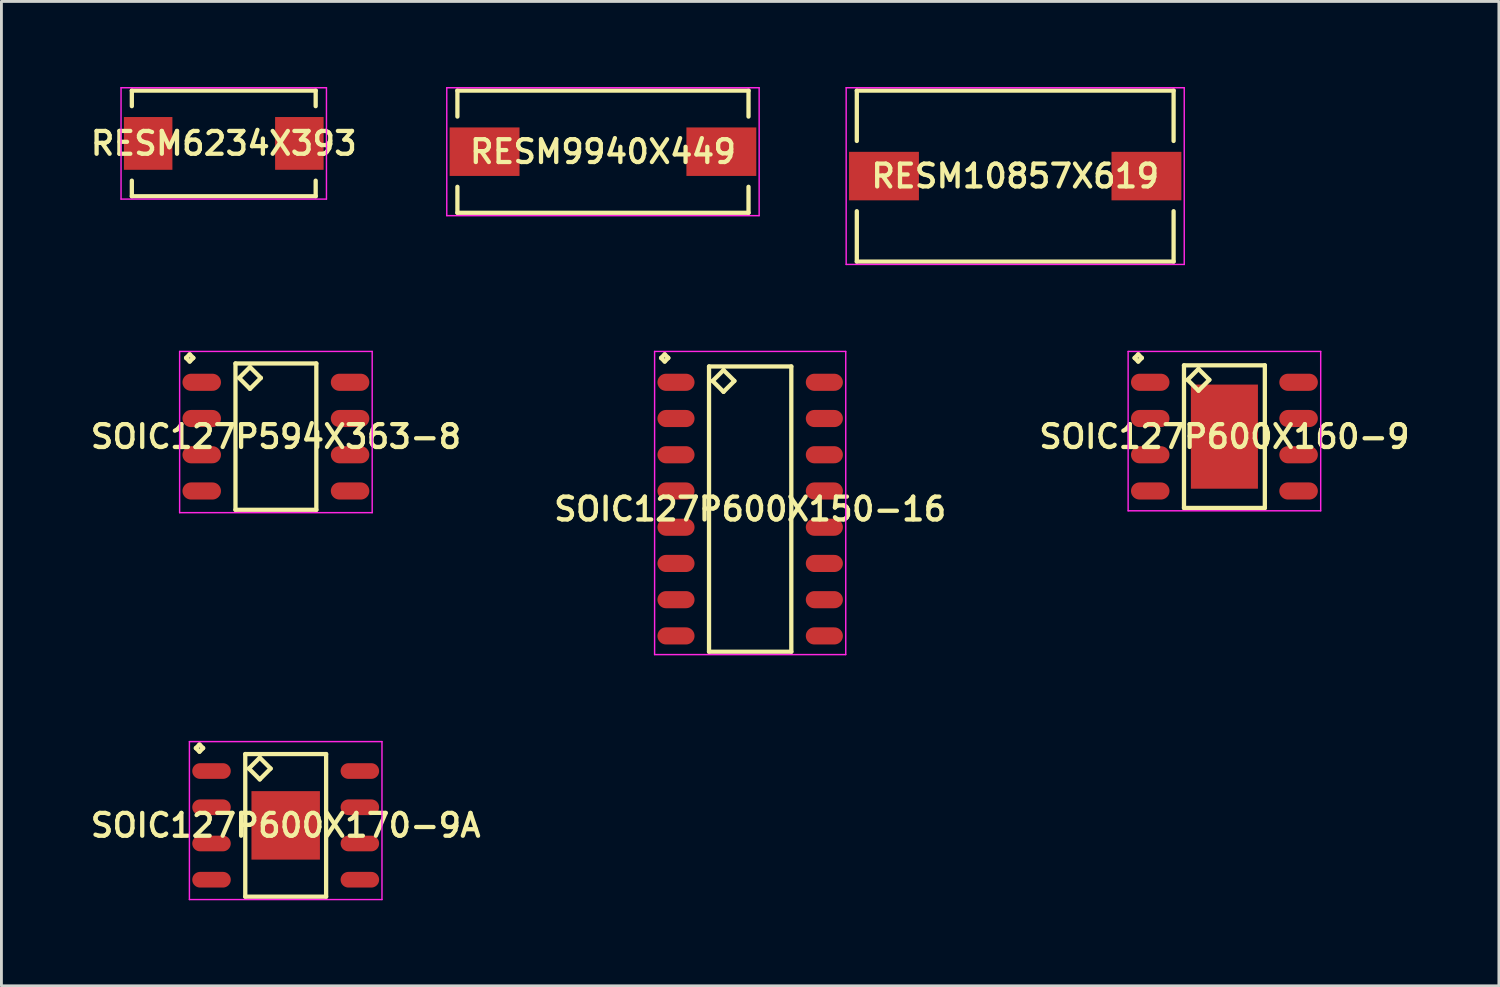
<source format=kicad_pcb>
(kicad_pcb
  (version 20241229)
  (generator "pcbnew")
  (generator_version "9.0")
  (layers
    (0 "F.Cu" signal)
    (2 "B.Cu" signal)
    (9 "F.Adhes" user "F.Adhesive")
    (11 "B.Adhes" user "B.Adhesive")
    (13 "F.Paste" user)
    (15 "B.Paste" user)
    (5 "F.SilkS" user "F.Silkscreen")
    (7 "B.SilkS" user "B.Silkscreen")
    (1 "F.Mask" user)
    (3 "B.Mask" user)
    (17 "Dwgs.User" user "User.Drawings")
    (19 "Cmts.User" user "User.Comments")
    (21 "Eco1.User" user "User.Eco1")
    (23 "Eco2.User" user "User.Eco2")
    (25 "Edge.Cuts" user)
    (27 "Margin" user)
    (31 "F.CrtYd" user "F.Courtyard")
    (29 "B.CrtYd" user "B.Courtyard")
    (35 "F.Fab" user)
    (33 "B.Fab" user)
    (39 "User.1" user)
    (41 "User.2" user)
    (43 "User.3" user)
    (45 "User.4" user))
  (footprint "SOIC127P600X150-16"
    (layer "F.Cu")
    (at 23.245 14.795)
    (property "Reference" "SOIC127P600X150-16" (at 0 0 0) (layer "F.SilkS") (effects (font (size 0.8 0.8) (thickness 0.15))))
    (attr smd)
    (fp_line (start -3.123 -5.299) (end -2.996 -5.426) (stroke (width 0.15) (type solid)) (layer "F.SilkS"))
    (fp_line (start -2.996 -5.426) (end -2.869 -5.299) (stroke (width 0.15) (type solid)) (layer "F.SilkS"))
    (fp_line (start -2.996 -5.172) (end -3.123 -5.299) (stroke (width 0.15) (type solid)) (layer "F.SilkS"))
    (fp_line (start -2.869 -5.299) (end -2.996 -5.172) (stroke (width 0.15) (type solid)) (layer "F.SilkS"))
    (fp_line (start -1.442 -5) (end -1.442 5) (stroke (width 0.15) (type solid)) (layer "F.SilkS"))
    (fp_line (start -1.442 5) (end 1.442 5) (stroke (width 0.15) (type solid)) (layer "F.SilkS"))
    (fp_line (start -1.315 -4.492) (end -0.934 -4.873) (stroke (width 0.15) (type solid)) (layer "F.SilkS"))
    (fp_line (start -0.934 -4.873) (end -0.553 -4.492) (stroke (width 0.15) (type solid)) (layer "F.SilkS"))
    (fp_line (start -0.934 -4.111) (end -1.315 -4.492) (stroke (width 0.15) (type solid)) (layer "F.SilkS"))
    (fp_line (start -0.553 -4.492) (end -0.934 -4.111) (stroke (width 0.15) (type solid)) (layer "F.SilkS"))
    (fp_line (start 1.442 -5) (end -1.442 -5) (stroke (width 0.15) (type solid)) (layer "F.SilkS"))
    (fp_line (start 1.442 5) (end 1.442 -5) (stroke (width 0.15) (type solid)) (layer "F.SilkS"))
    (fp_line (start -3.35 -5.526) (end 3.35 -5.526) (stroke (width 0.05) (type solid)) (layer "F.CrtYd"))
    (fp_line (start -3.35 5.1) (end -3.35 -5.526) (stroke (width 0.05) (type solid)) (layer "F.CrtYd"))
    (fp_line (start 3.35 -5.526) (end 3.35 5.1) (stroke (width 0.05) (type solid)) (layer "F.CrtYd"))
    (fp_line (start 3.35 5.1) (end -3.35 5.1) (stroke (width 0.05) (type solid)) (layer "F.CrtYd"))
    (pad "1" smd oval (at -2.6 -4.445) (size 1.3 0.6) (layers "F.Cu" "F.Mask" "F.Paste"))
    (pad "2" smd oval (at -2.6 -3.175) (size 1.3 0.6) (layers "F.Cu" "F.Mask" "F.Paste"))
    (pad "3" smd oval (at -2.6 -1.905) (size 1.3 0.6) (layers "F.Cu" "F.Mask" "F.Paste"))
    (pad "4" smd oval (at -2.6 -0.635) (size 1.3 0.6) (layers "F.Cu" "F.Mask" "F.Paste"))
    (pad "5" smd oval (at -2.6 0.635) (size 1.3 0.6) (layers "F.Cu" "F.Mask" "F.Paste"))
    (pad "6" smd oval (at -2.6 1.905) (size 1.3 0.6) (layers "F.Cu" "F.Mask" "F.Paste"))
    (pad "7" smd oval (at -2.6 3.175) (size 1.3 0.6) (layers "F.Cu" "F.Mask" "F.Paste"))
    (pad "8" smd oval (at -2.6 4.445) (size 1.3 0.6) (layers "F.Cu" "F.Mask" "F.Paste"))
    (pad "9" smd oval (at 2.6 4.445) (size 1.3 0.6) (layers "F.Cu" "F.Mask" "F.Paste"))
    (pad "10" smd oval (at 2.6 3.175) (size 1.3 0.6) (layers "F.Cu" "F.Mask" "F.Paste"))
    (pad "11" smd oval (at 2.6 1.905) (size 1.3 0.6) (layers "F.Cu" "F.Mask" "F.Paste"))
    (pad "12" smd oval (at 2.6 0.635) (size 1.3 0.6) (layers "F.Cu" "F.Mask" "F.Paste"))
    (pad "13" smd oval (at 2.6 -0.635) (size 1.3 0.6) (layers "F.Cu" "F.Mask" "F.Paste"))
    (pad "14" smd oval (at 2.6 -1.905) (size 1.3 0.6) (layers "F.Cu" "F.Mask" "F.Paste"))
    (pad "15" smd oval (at 2.6 -3.175) (size 1.3 0.6) (layers "F.Cu" "F.Mask" "F.Paste"))
    (pad "16" smd oval (at 2.6 -4.445) (size 1.3 0.6) (layers "F.Cu" "F.Mask" "F.Paste")))
  (footprint "RESM6234X393"
    (layer "F.Cu")
    (at 4.793 1.977)
    (property "Reference" "RESM6234X393" (at 0 0 0) (layer "F.SilkS") (effects (font (size 0.8 0.8) (thickness 0.15))))
    (attr smd)
    (fp_line (start -3.222 -1.852) (end 3.222 -1.852) (stroke (width 0.15) (type solid)) (layer "F.SilkS"))
    (fp_line (start -3.222 -1.306) (end -3.222 -1.852) (stroke (width 0.15) (type solid)) (layer "F.SilkS"))
    (fp_line (start -3.222 1.306) (end -3.222 1.852) (stroke (width 0.15) (type solid)) (layer "F.SilkS"))
    (fp_line (start -3.222 1.852) (end 3.222 1.852) (stroke (width 0.15) (type solid)) (layer "F.SilkS"))
    (fp_line (start 3.222 -1.852) (end 3.222 -1.306) (stroke (width 0.15) (type solid)) (layer "F.SilkS"))
    (fp_line (start 3.222 1.852) (end 3.222 1.306) (stroke (width 0.15) (type solid)) (layer "F.SilkS"))
    (fp_line (start -3.6 -1.952) (end 3.6 -1.952) (stroke (width 0.05) (type solid)) (layer "F.CrtYd"))
    (fp_line (start -3.6 1.952) (end -3.6 -1.952) (stroke (width 0.05) (type solid)) (layer "F.CrtYd"))
    (fp_line (start 3.6 -1.952) (end 3.6 1.952) (stroke (width 0.05) (type solid)) (layer "F.CrtYd"))
    (fp_line (start 3.6 1.952) (end -3.6 1.952) (stroke (width 0.05) (type solid)) (layer "F.CrtYd"))
    (pad "1" smd rect (at -2.65 0) (size 1.7 1.85) (layers "F.Cu" "F.Mask" "F.Paste"))
    (pad "2" smd rect (at 2.65 0) (size 1.7 1.85) (layers "F.Cu" "F.Mask" "F.Paste")))
  (footprint "SOIC127P600X160-9"
    (layer "F.Cu")
    (at 39.868 12.255)
    (property "Reference" "SOIC127P600X160-9" (at 0 0 0) (layer "F.SilkS") (effects (font (size 0.8 0.8) (thickness 0.15))))
    (attr smd)
    (fp_line (start -3.148 -2.759) (end -3.021 -2.886) (stroke (width 0.15) (type solid)) (layer "F.SilkS"))
    (fp_line (start -3.021 -2.886) (end -2.894 -2.759) (stroke (width 0.15) (type solid)) (layer "F.SilkS"))
    (fp_line (start -3.021 -2.632) (end -3.148 -2.759) (stroke (width 0.15) (type solid)) (layer "F.SilkS"))
    (fp_line (start -2.894 -2.759) (end -3.021 -2.632) (stroke (width 0.15) (type solid)) (layer "F.SilkS"))
    (fp_line (start -1.417 -2.5) (end -1.417 2.5) (stroke (width 0.15) (type solid)) (layer "F.SilkS"))
    (fp_line (start -1.417 2.5) (end 1.417 2.5) (stroke (width 0.15) (type solid)) (layer "F.SilkS"))
    (fp_line (start -1.29 -1.992) (end -0.909 -2.373) (stroke (width 0.15) (type solid)) (layer "F.SilkS"))
    (fp_line (start -0.909 -2.373) (end -0.528 -1.992) (stroke (width 0.15) (type solid)) (layer "F.SilkS"))
    (fp_line (start -0.909 -1.611) (end -1.29 -1.992) (stroke (width 0.15) (type solid)) (layer "F.SilkS"))
    (fp_line (start -0.528 -1.992) (end -0.909 -1.611) (stroke (width 0.15) (type solid)) (layer "F.SilkS"))
    (fp_line (start 1.417 -2.5) (end -1.417 -2.5) (stroke (width 0.15) (type solid)) (layer "F.SilkS"))
    (fp_line (start 1.417 2.5) (end 1.417 -2.5) (stroke (width 0.15) (type solid)) (layer "F.SilkS"))
    (fp_line (start -3.375 -2.986) (end 3.375 -2.986) (stroke (width 0.05) (type solid)) (layer "F.CrtYd"))
    (fp_line (start -3.375 2.6) (end -3.375 -2.986) (stroke (width 0.05) (type solid)) (layer "F.CrtYd"))
    (fp_line (start 3.375 -2.986) (end 3.375 2.6) (stroke (width 0.05) (type solid)) (layer "F.CrtYd"))
    (fp_line (start 3.375 2.6) (end -3.375 2.6) (stroke (width 0.05) (type solid)) (layer "F.CrtYd"))
    (pad "1" smd oval (at -2.6 -1.905) (size 1.35 0.6) (layers "F.Cu" "F.Mask" "F.Paste"))
    (pad "2" smd oval (at -2.6 -0.635) (size 1.35 0.6) (layers "F.Cu" "F.Mask" "F.Paste"))
    (pad "3" smd oval (at -2.6 0.635) (size 1.35 0.6) (layers "F.Cu" "F.Mask" "F.Paste"))
    (pad "4" smd oval (at -2.6 1.905) (size 1.35 0.6) (layers "F.Cu" "F.Mask" "F.Paste"))
    (pad "5" smd oval (at 2.6 1.905) (size 1.35 0.6) (layers "F.Cu" "F.Mask" "F.Paste"))
    (pad "6" smd oval (at 2.6 0.635) (size 1.35 0.6) (layers "F.Cu" "F.Mask" "F.Paste"))
    (pad "7" smd oval (at 2.6 -0.635) (size 1.35 0.6) (layers "F.Cu" "F.Mask" "F.Paste"))
    (pad "8" smd oval (at 2.6 -1.905) (size 1.35 0.6) (layers "F.Cu" "F.Mask" "F.Paste"))
    (pad "9" smd rect (at 0 0) (size 2.35 3.65) (layers "F.Cu" "F.Mask" "F.Paste")))
  (footprint "SOIC127P600X170-9A"
    (layer "F.Cu")
    (at 6.964 25.881)
    (property "Reference" "SOIC127P600X170-9A" (at 0 0 0) (layer "F.SilkS") (effects (font (size 0.8 0.8) (thickness 0.15))))
    (attr smd)
    (fp_line (start -3.148 -2.709) (end -3.021 -2.836) (stroke (width 0.15) (type solid)) (layer "F.SilkS"))
    (fp_line (start -3.021 -2.836) (end -2.894 -2.709) (stroke (width 0.15) (type solid)) (layer "F.SilkS"))
    (fp_line (start -3.021 -2.582) (end -3.148 -2.709) (stroke (width 0.15) (type solid)) (layer "F.SilkS"))
    (fp_line (start -2.894 -2.709) (end -3.021 -2.582) (stroke (width 0.15) (type solid)) (layer "F.SilkS"))
    (fp_line (start -1.417 -2.5) (end -1.417 2.5) (stroke (width 0.15) (type solid)) (layer "F.SilkS"))
    (fp_line (start -1.417 2.5) (end 1.417 2.5) (stroke (width 0.15) (type solid)) (layer "F.SilkS"))
    (fp_line (start -1.29 -1.992) (end -0.909 -2.373) (stroke (width 0.15) (type solid)) (layer "F.SilkS"))
    (fp_line (start -0.909 -2.373) (end -0.528 -1.992) (stroke (width 0.15) (type solid)) (layer "F.SilkS"))
    (fp_line (start -0.909 -1.611) (end -1.29 -1.992) (stroke (width 0.15) (type solid)) (layer "F.SilkS"))
    (fp_line (start -0.528 -1.992) (end -0.909 -1.611) (stroke (width 0.15) (type solid)) (layer "F.SilkS"))
    (fp_line (start 1.417 -2.5) (end -1.417 -2.5) (stroke (width 0.15) (type solid)) (layer "F.SilkS"))
    (fp_line (start 1.417 2.5) (end 1.417 -2.5) (stroke (width 0.15) (type solid)) (layer "F.SilkS"))
    (fp_line (start -3.375 -2.936) (end 3.375 -2.936) (stroke (width 0.05) (type solid)) (layer "F.CrtYd"))
    (fp_line (start -3.375 2.6) (end -3.375 -2.936) (stroke (width 0.05) (type solid)) (layer "F.CrtYd"))
    (fp_line (start 3.375 -2.936) (end 3.375 2.6) (stroke (width 0.05) (type solid)) (layer "F.CrtYd"))
    (fp_line (start 3.375 2.6) (end -3.375 2.6) (stroke (width 0.05) (type solid)) (layer "F.CrtYd"))
    (pad "1" smd oval (at -2.6 -1.905) (size 1.35 0.55) (layers "F.Cu" "F.Mask" "F.Paste"))
    (pad "2" smd oval (at -2.6 -0.635) (size 1.35 0.55) (layers "F.Cu" "F.Mask" "F.Paste"))
    (pad "3" smd oval (at -2.6 0.635) (size 1.35 0.55) (layers "F.Cu" "F.Mask" "F.Paste"))
    (pad "4" smd oval (at -2.6 1.905) (size 1.35 0.55) (layers "F.Cu" "F.Mask" "F.Paste"))
    (pad "5" smd oval (at 2.6 1.905) (size 1.35 0.55) (layers "F.Cu" "F.Mask" "F.Paste"))
    (pad "6" smd oval (at 2.6 0.635) (size 1.35 0.55) (layers "F.Cu" "F.Mask" "F.Paste"))
    (pad "7" smd oval (at 2.6 -0.635) (size 1.35 0.55) (layers "F.Cu" "F.Mask" "F.Paste"))
    (pad "8" smd oval (at 2.6 -1.905) (size 1.35 0.55) (layers "F.Cu" "F.Mask" "F.Paste"))
    (pad "9" smd rect (at 0 0) (size 2.4 2.4) (layers "F.Cu" "F.Mask" "F.Paste")))
  (footprint "SOIC127P594X363-8"
    (layer "F.Cu")
    (at 6.621 12.255)
    (property "Reference" "SOIC127P594X363-8" (at 0 0 0) (layer "F.SilkS") (effects (font (size 0.8 0.8) (thickness 0.15))))
    (attr smd)
    (fp_line (start -3.148 -2.759) (end -3.021 -2.886) (stroke (width 0.15) (type solid)) (layer "F.SilkS"))
    (fp_line (start -3.021 -2.886) (end -2.894 -2.759) (stroke (width 0.15) (type solid)) (layer "F.SilkS"))
    (fp_line (start -3.021 -2.632) (end -3.148 -2.759) (stroke (width 0.15) (type solid)) (layer "F.SilkS"))
    (fp_line (start -2.894 -2.759) (end -3.021 -2.632) (stroke (width 0.15) (type solid)) (layer "F.SilkS"))
    (fp_line (start -1.417 -2.565) (end -1.417 2.565) (stroke (width 0.15) (type solid)) (layer "F.SilkS"))
    (fp_line (start -1.417 2.565) (end 1.417 2.565) (stroke (width 0.15) (type solid)) (layer "F.SilkS"))
    (fp_line (start -1.29 -2.057) (end -0.909 -2.438) (stroke (width 0.15) (type solid)) (layer "F.SilkS"))
    (fp_line (start -0.909 -2.438) (end -0.528 -2.057) (stroke (width 0.15) (type solid)) (layer "F.SilkS"))
    (fp_line (start -0.909 -1.676) (end -1.29 -2.057) (stroke (width 0.15) (type solid)) (layer "F.SilkS"))
    (fp_line (start -0.528 -2.057) (end -0.909 -1.676) (stroke (width 0.15) (type solid)) (layer "F.SilkS"))
    (fp_line (start 1.417 -2.565) (end -1.417 -2.565) (stroke (width 0.15) (type solid)) (layer "F.SilkS"))
    (fp_line (start 1.417 2.565) (end 1.417 -2.565) (stroke (width 0.15) (type solid)) (layer "F.SilkS"))
    (fp_line (start -3.375 -2.986) (end 3.375 -2.986) (stroke (width 0.05) (type solid)) (layer "F.CrtYd"))
    (fp_line (start -3.375 2.665) (end -3.375 -2.986) (stroke (width 0.05) (type solid)) (layer "F.CrtYd"))
    (fp_line (start 3.375 -2.986) (end 3.375 2.665) (stroke (width 0.05) (type solid)) (layer "F.CrtYd"))
    (fp_line (start 3.375 2.665) (end -3.375 2.665) (stroke (width 0.05) (type solid)) (layer "F.CrtYd"))
    (pad "1" smd oval (at -2.6 -1.905) (size 1.35 0.6) (layers "F.Cu" "F.Mask" "F.Paste"))
    (pad "2" smd oval (at -2.6 -0.635) (size 1.35 0.6) (layers "F.Cu" "F.Mask" "F.Paste"))
    (pad "3" smd oval (at -2.6 0.635) (size 1.35 0.6) (layers "F.Cu" "F.Mask" "F.Paste"))
    (pad "4" smd oval (at -2.6 1.905) (size 1.35 0.6) (layers "F.Cu" "F.Mask" "F.Paste"))
    (pad "5" smd oval (at 2.6 1.905) (size 1.35 0.6) (layers "F.Cu" "F.Mask" "F.Paste"))
    (pad "6" smd oval (at 2.6 0.635) (size 1.35 0.6) (layers "F.Cu" "F.Mask" "F.Paste"))
    (pad "7" smd oval (at 2.6 -0.635) (size 1.35 0.6) (layers "F.Cu" "F.Mask" "F.Paste"))
    (pad "8" smd oval (at 2.6 -1.905) (size 1.35 0.6) (layers "F.Cu" "F.Mask" "F.Paste")))
  (footprint "RESM10857X619"
    (layer "F.Cu")
    (at 32.535 3.122)
    (property "Reference" "RESM10857X619" (at 0 0 0) (layer "F.SilkS") (effects (font (size 0.8 0.8) (thickness 0.15))))
    (attr smd)
    (fp_line (start -5.552 -2.997) (end 5.552 -2.997) (stroke (width 0.15) (type solid)) (layer "F.SilkS"))
    (fp_line (start -5.552 -1.231) (end -5.552 -2.997) (stroke (width 0.15) (type solid)) (layer "F.SilkS"))
    (fp_line (start -5.552 1.231) (end -5.552 2.997) (stroke (width 0.15) (type solid)) (layer "F.SilkS"))
    (fp_line (start -5.552 2.997) (end 5.552 2.997) (stroke (width 0.15) (type solid)) (layer "F.SilkS"))
    (fp_line (start 5.552 -2.997) (end 5.552 -1.231) (stroke (width 0.15) (type solid)) (layer "F.SilkS"))
    (fp_line (start 5.552 2.997) (end 5.552 1.231) (stroke (width 0.15) (type solid)) (layer "F.SilkS"))
    (fp_line (start -5.925 -3.097) (end 5.925 -3.097) (stroke (width 0.05) (type solid)) (layer "F.CrtYd"))
    (fp_line (start -5.925 3.097) (end -5.925 -3.097) (stroke (width 0.05) (type solid)) (layer "F.CrtYd"))
    (fp_line (start 5.925 -3.097) (end 5.925 3.097) (stroke (width 0.05) (type solid)) (layer "F.CrtYd"))
    (fp_line (start 5.925 3.097) (end -5.925 3.097) (stroke (width 0.05) (type solid)) (layer "F.CrtYd"))
    (pad "1" smd rect (at -4.6 0) (size 2.45 1.7) (layers "F.Cu" "F.Mask" "F.Paste"))
    (pad "2" smd rect (at 4.6 0) (size 2.45 1.7) (layers "F.Cu" "F.Mask" "F.Paste")))
  (footprint "RESM9940X449"
    (layer "F.Cu")
    (at 18.085 2.267)
    (property "Reference" "RESM9940X449" (at 0 0 0) (layer "F.SilkS") (effects (font (size 0.8 0.8) (thickness 0.15))))
    (attr smd)
    (fp_line (start -5.102 -2.142) (end 5.102 -2.142) (stroke (width 0.15) (type solid)) (layer "F.SilkS"))
    (fp_line (start -5.102 -1.231) (end -5.102 -2.142) (stroke (width 0.15) (type solid)) (layer "F.SilkS"))
    (fp_line (start -5.102 1.231) (end -5.102 2.142) (stroke (width 0.15) (type solid)) (layer "F.SilkS"))
    (fp_line (start -5.102 2.142) (end 5.102 2.142) (stroke (width 0.15) (type solid)) (layer "F.SilkS"))
    (fp_line (start 5.102 -2.142) (end 5.102 -1.231) (stroke (width 0.15) (type solid)) (layer "F.SilkS"))
    (fp_line (start 5.102 2.142) (end 5.102 1.231) (stroke (width 0.15) (type solid)) (layer "F.SilkS"))
    (fp_line (start -5.475 -2.242) (end 5.475 -2.242) (stroke (width 0.05) (type solid)) (layer "F.CrtYd"))
    (fp_line (start -5.475 2.242) (end -5.475 -2.242) (stroke (width 0.05) (type solid)) (layer "F.CrtYd"))
    (fp_line (start 5.475 -2.242) (end 5.475 2.242) (stroke (width 0.05) (type solid)) (layer "F.CrtYd"))
    (fp_line (start 5.475 2.242) (end -5.475 2.242) (stroke (width 0.05) (type solid)) (layer "F.CrtYd"))
    (pad "1" smd rect (at -4.15 0) (size 2.45 1.7) (layers "F.Cu" "F.Mask" "F.Paste"))
    (pad "2" smd rect (at 4.15 0) (size 2.45 1.7) (layers "F.Cu" "F.Mask" "F.Paste")))
  (gr_rect
    (start -3 -3)
    (end 49.489 31.506)
    (stroke (width 0.1) (type default))
    (fill no)
    (layer "Edge.Cuts")))
</source>
